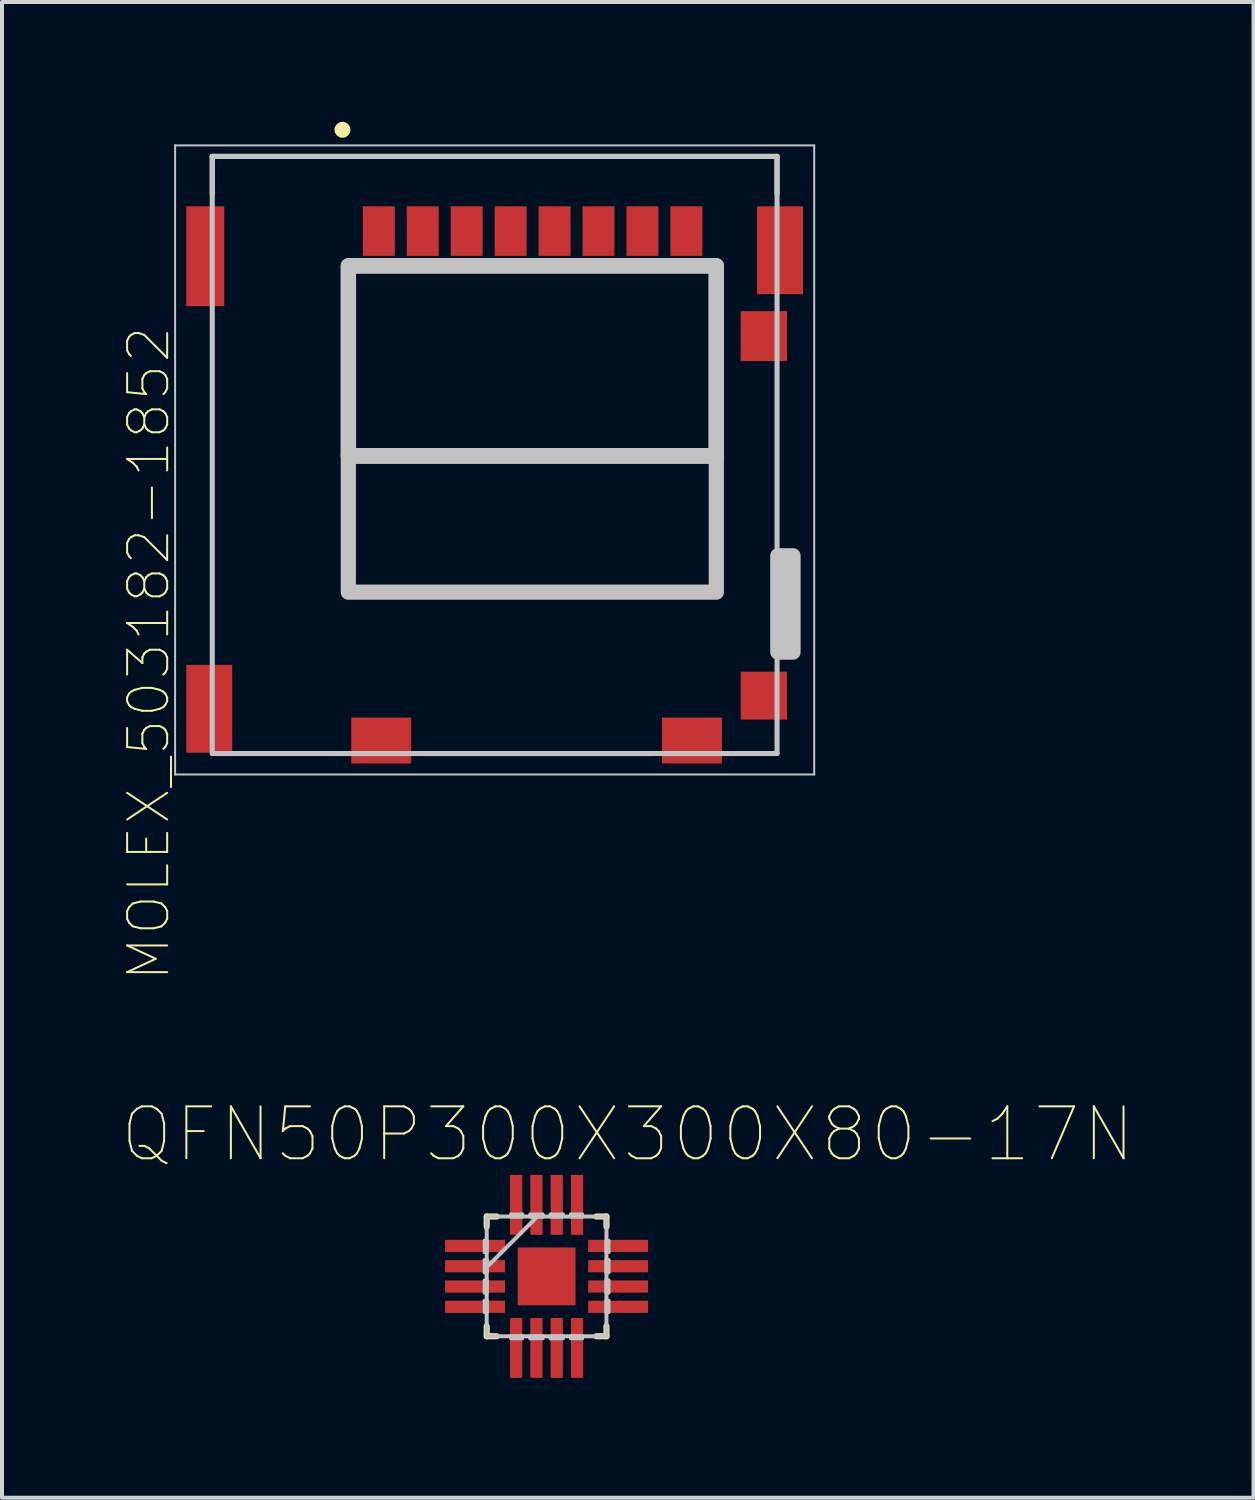
<source format=kicad_pcb>
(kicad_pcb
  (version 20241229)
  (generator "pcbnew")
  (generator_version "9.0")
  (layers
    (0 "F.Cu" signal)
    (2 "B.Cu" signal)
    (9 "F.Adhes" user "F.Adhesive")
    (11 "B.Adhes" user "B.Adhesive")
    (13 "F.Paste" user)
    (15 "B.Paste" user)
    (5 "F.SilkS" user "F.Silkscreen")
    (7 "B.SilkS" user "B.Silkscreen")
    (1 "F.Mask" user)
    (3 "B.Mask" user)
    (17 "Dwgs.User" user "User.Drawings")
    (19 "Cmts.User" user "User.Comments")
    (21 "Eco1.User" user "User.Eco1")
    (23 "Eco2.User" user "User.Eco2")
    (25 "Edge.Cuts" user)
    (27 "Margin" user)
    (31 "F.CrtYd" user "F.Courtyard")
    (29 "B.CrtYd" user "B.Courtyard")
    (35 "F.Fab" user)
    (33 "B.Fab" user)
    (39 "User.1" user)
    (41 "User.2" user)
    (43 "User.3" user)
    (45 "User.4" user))
  (footprint "QFN50P300X300X80-17N"
    (layer "F.Cu")
    (at 10.634 28.905)
    (property "Reference" "QFN50P300X300X80-17N" (at 2.032 -3.556 0) (layer "F.SilkS") (effects (font (size 1.3 1.3) (thickness 0.05))))
    (attr smd)
    (fp_line (start -1.499 -1.499) (end -1.499 -1.245) (stroke (width 0.152) (type solid)) (layer "F.SilkS"))
    (fp_line (start -1.499 1.245) (end -1.499 1.499) (stroke (width 0.152) (type solid)) (layer "F.SilkS"))
    (fp_line (start -1.499 1.499) (end -1.245 1.499) (stroke (width 0.152) (type solid)) (layer "F.SilkS"))
    (fp_line (start -1.245 -1.499) (end -1.499 -1.499) (stroke (width 0.152) (type solid)) (layer "F.SilkS"))
    (fp_line (start 1.245 1.499) (end 1.499 1.499) (stroke (width 0.152) (type solid)) (layer "F.SilkS"))
    (fp_line (start 1.499 -1.499) (end 1.245 -1.499) (stroke (width 0.152) (type solid)) (layer "F.SilkS"))
    (fp_line (start 1.499 -1.245) (end 1.499 -1.499) (stroke (width 0.152) (type solid)) (layer "F.SilkS"))
    (fp_line (start 1.499 1.499) (end 1.499 1.245) (stroke (width 0.152) (type solid)) (layer "F.SilkS"))
    (fp_line (start -1.549 -0.889) (end -1.549 -0.61) (stroke (width 0.1) (type solid)) (layer "Dwgs.User"))
    (fp_line (start -1.549 -0.61) (end -1.499 -0.61) (stroke (width 0.1) (type solid)) (layer "Dwgs.User"))
    (fp_line (start -1.549 -0.406) (end -1.549 -0.102) (stroke (width 0.1) (type solid)) (layer "Dwgs.User"))
    (fp_line (start -1.549 -0.102) (end -1.499 -0.102) (stroke (width 0.1) (type solid)) (layer "Dwgs.User"))
    (fp_line (start -1.549 0.102) (end -1.549 0.406) (stroke (width 0.1) (type solid)) (layer "Dwgs.User"))
    (fp_line (start -1.549 0.406) (end -1.499 0.406) (stroke (width 0.1) (type solid)) (layer "Dwgs.User"))
    (fp_line (start -1.549 0.61) (end -1.549 0.889) (stroke (width 0.1) (type solid)) (layer "Dwgs.User"))
    (fp_line (start -1.549 0.889) (end -1.499 0.889) (stroke (width 0.1) (type solid)) (layer "Dwgs.User"))
    (fp_line (start -1.499 -1.499) (end -1.499 1.499) (stroke (width 0.1) (type solid)) (layer "Dwgs.User"))
    (fp_line (start -1.499 -0.889) (end -1.549 -0.889) (stroke (width 0.1) (type solid)) (layer "Dwgs.User"))
    (fp_line (start -1.499 -0.61) (end -1.499 -0.889) (stroke (width 0.1) (type solid)) (layer "Dwgs.User"))
    (fp_line (start -1.499 -0.406) (end -1.549 -0.406) (stroke (width 0.1) (type solid)) (layer "Dwgs.User"))
    (fp_line (start -1.499 -0.229) (end -0.229 -1.499) (stroke (width 0.1) (type solid)) (layer "Dwgs.User"))
    (fp_line (start -1.499 -0.102) (end -1.499 -0.406) (stroke (width 0.1) (type solid)) (layer "Dwgs.User"))
    (fp_line (start -1.499 0.102) (end -1.549 0.102) (stroke (width 0.1) (type solid)) (layer "Dwgs.User"))
    (fp_line (start -1.499 0.406) (end -1.499 0.102) (stroke (width 0.1) (type solid)) (layer "Dwgs.User"))
    (fp_line (start -1.499 0.61) (end -1.549 0.61) (stroke (width 0.1) (type solid)) (layer "Dwgs.User"))
    (fp_line (start -1.499 0.889) (end -1.499 0.61) (stroke (width 0.1) (type solid)) (layer "Dwgs.User"))
    (fp_line (start -1.499 1.499) (end 1.499 1.499) (stroke (width 0.1) (type solid)) (layer "Dwgs.User"))
    (fp_line (start -0.889 -1.549) (end -0.889 -1.499) (stroke (width 0.1) (type solid)) (layer "Dwgs.User"))
    (fp_line (start -0.889 -1.499) (end -0.61 -1.499) (stroke (width 0.1) (type solid)) (layer "Dwgs.User"))
    (fp_line (start -0.889 1.499) (end -0.889 1.549) (stroke (width 0.1) (type solid)) (layer "Dwgs.User"))
    (fp_line (start -0.889 1.549) (end -0.61 1.549) (stroke (width 0.1) (type solid)) (layer "Dwgs.User"))
    (fp_line (start -0.61 -1.549) (end -0.889 -1.549) (stroke (width 0.1) (type solid)) (layer "Dwgs.User"))
    (fp_line (start -0.61 -1.499) (end -0.61 -1.549) (stroke (width 0.1) (type solid)) (layer "Dwgs.User"))
    (fp_line (start -0.61 1.499) (end -0.889 1.499) (stroke (width 0.1) (type solid)) (layer "Dwgs.User"))
    (fp_line (start -0.61 1.549) (end -0.61 1.499) (stroke (width 0.1) (type solid)) (layer "Dwgs.User"))
    (fp_line (start -0.406 -1.549) (end -0.406 -1.499) (stroke (width 0.1) (type solid)) (layer "Dwgs.User"))
    (fp_line (start -0.406 -1.499) (end -0.102 -1.499) (stroke (width 0.1) (type solid)) (layer "Dwgs.User"))
    (fp_line (start -0.406 1.499) (end -0.406 1.549) (stroke (width 0.1) (type solid)) (layer "Dwgs.User"))
    (fp_line (start -0.406 1.549) (end -0.102 1.549) (stroke (width 0.1) (type solid)) (layer "Dwgs.User"))
    (fp_line (start -0.102 -1.549) (end -0.406 -1.549) (stroke (width 0.1) (type solid)) (layer "Dwgs.User"))
    (fp_line (start -0.102 -1.499) (end -0.102 -1.549) (stroke (width 0.1) (type solid)) (layer "Dwgs.User"))
    (fp_line (start -0.102 1.499) (end -0.406 1.499) (stroke (width 0.1) (type solid)) (layer "Dwgs.User"))
    (fp_line (start -0.102 1.549) (end -0.102 1.499) (stroke (width 0.1) (type solid)) (layer "Dwgs.User"))
    (fp_line (start 0.102 -1.549) (end 0.102 -1.499) (stroke (width 0.1) (type solid)) (layer "Dwgs.User"))
    (fp_line (start 0.102 -1.499) (end 0.406 -1.499) (stroke (width 0.1) (type solid)) (layer "Dwgs.User"))
    (fp_line (start 0.102 1.499) (end 0.102 1.549) (stroke (width 0.1) (type solid)) (layer "Dwgs.User"))
    (fp_line (start 0.102 1.549) (end 0.406 1.549) (stroke (width 0.1) (type solid)) (layer "Dwgs.User"))
    (fp_line (start 0.406 -1.549) (end 0.102 -1.549) (stroke (width 0.1) (type solid)) (layer "Dwgs.User"))
    (fp_line (start 0.406 -1.499) (end 0.406 -1.549) (stroke (width 0.1) (type solid)) (layer "Dwgs.User"))
    (fp_line (start 0.406 1.499) (end 0.102 1.499) (stroke (width 0.1) (type solid)) (layer "Dwgs.User"))
    (fp_line (start 0.406 1.549) (end 0.406 1.499) (stroke (width 0.1) (type solid)) (layer "Dwgs.User"))
    (fp_line (start 0.61 -1.549) (end 0.61 -1.499) (stroke (width 0.1) (type solid)) (layer "Dwgs.User"))
    (fp_line (start 0.61 -1.499) (end 0.889 -1.499) (stroke (width 0.1) (type solid)) (layer "Dwgs.User"))
    (fp_line (start 0.61 1.499) (end 0.61 1.549) (stroke (width 0.1) (type solid)) (layer "Dwgs.User"))
    (fp_line (start 0.61 1.549) (end 0.889 1.549) (stroke (width 0.1) (type solid)) (layer "Dwgs.User"))
    (fp_line (start 0.889 -1.549) (end 0.61 -1.549) (stroke (width 0.1) (type solid)) (layer "Dwgs.User"))
    (fp_line (start 0.889 -1.499) (end 0.889 -1.549) (stroke (width 0.1) (type solid)) (layer "Dwgs.User"))
    (fp_line (start 0.889 1.499) (end 0.61 1.499) (stroke (width 0.1) (type solid)) (layer "Dwgs.User"))
    (fp_line (start 0.889 1.549) (end 0.889 1.499) (stroke (width 0.1) (type solid)) (layer "Dwgs.User"))
    (fp_line (start 1.499 -1.499) (end -1.499 -1.499) (stroke (width 0.1) (type solid)) (layer "Dwgs.User"))
    (fp_line (start 1.499 -0.889) (end 1.499 -0.61) (stroke (width 0.1) (type solid)) (layer "Dwgs.User"))
    (fp_line (start 1.499 -0.61) (end 1.549 -0.61) (stroke (width 0.1) (type solid)) (layer "Dwgs.User"))
    (fp_line (start 1.499 -0.406) (end 1.499 -0.102) (stroke (width 0.1) (type solid)) (layer "Dwgs.User"))
    (fp_line (start 1.499 -0.102) (end 1.549 -0.102) (stroke (width 0.1) (type solid)) (layer "Dwgs.User"))
    (fp_line (start 1.499 0.102) (end 1.499 0.406) (stroke (width 0.1) (type solid)) (layer "Dwgs.User"))
    (fp_line (start 1.499 0.406) (end 1.549 0.406) (stroke (width 0.1) (type solid)) (layer "Dwgs.User"))
    (fp_line (start 1.499 0.61) (end 1.499 0.889) (stroke (width 0.1) (type solid)) (layer "Dwgs.User"))
    (fp_line (start 1.499 0.889) (end 1.549 0.889) (stroke (width 0.1) (type solid)) (layer "Dwgs.User"))
    (fp_line (start 1.499 1.499) (end 1.499 -1.499) (stroke (width 0.1) (type solid)) (layer "Dwgs.User"))
    (fp_line (start 1.549 -0.889) (end 1.499 -0.889) (stroke (width 0.1) (type solid)) (layer "Dwgs.User"))
    (fp_line (start 1.549 -0.61) (end 1.549 -0.889) (stroke (width 0.1) (type solid)) (layer "Dwgs.User"))
    (fp_line (start 1.549 -0.406) (end 1.499 -0.406) (stroke (width 0.1) (type solid)) (layer "Dwgs.User"))
    (fp_line (start 1.549 -0.102) (end 1.549 -0.406) (stroke (width 0.1) (type solid)) (layer "Dwgs.User"))
    (fp_line (start 1.549 0.102) (end 1.499 0.102) (stroke (width 0.1) (type solid)) (layer "Dwgs.User"))
    (fp_line (start 1.549 0.406) (end 1.549 0.102) (stroke (width 0.1) (type solid)) (layer "Dwgs.User"))
    (fp_line (start 1.549 0.61) (end 1.499 0.61) (stroke (width 0.1) (type solid)) (layer "Dwgs.User"))
    (fp_line (start 1.549 0.889) (end 1.549 0.61) (stroke (width 0.1) (type solid)) (layer "Dwgs.User"))
    (pad "1" smd rect (at -1.791 -0.762 270) (size 0.305 1.5) (layers "F.Cu" "F.Mask" "F.Paste"))
    (pad "2" smd rect (at -1.791 -0.254 270) (size 0.305 1.5) (layers "F.Cu" "F.Mask" "F.Paste"))
    (pad "3" smd rect (at -1.791 0.254 270) (size 0.305 1.5) (layers "F.Cu" "F.Mask" "F.Paste"))
    (pad "4" smd rect (at -1.791 0.762 270) (size 0.305 1.5) (layers "F.Cu" "F.Mask" "F.Paste"))
    (pad "5" smd rect (at -0.762 1.791 180) (size 0.305 1.5) (layers "F.Cu" "F.Mask" "F.Paste"))
    (pad "6" smd rect (at -0.254 1.791 180) (size 0.305 1.5) (layers "F.Cu" "F.Mask" "F.Paste"))
    (pad "7" smd rect (at 0.254 1.791 180) (size 0.305 1.5) (layers "F.Cu" "F.Mask" "F.Paste"))
    (pad "8" smd rect (at 0.762 1.791 180) (size 0.305 1.5) (layers "F.Cu" "F.Mask" "F.Paste"))
    (pad "9" smd rect (at 1.791 0.762 270) (size 0.305 1.5) (layers "F.Cu" "F.Mask" "F.Paste"))
    (pad "10" smd rect (at 1.791 0.254 270) (size 0.305 1.5) (layers "F.Cu" "F.Mask" "F.Paste"))
    (pad "11" smd rect (at 1.791 -0.254 270) (size 0.305 1.5) (layers "F.Cu" "F.Mask" "F.Paste"))
    (pad "12" smd rect (at 1.791 -0.762 270) (size 0.305 1.5) (layers "F.Cu" "F.Mask" "F.Paste"))
    (pad "13" smd rect (at 0.762 -1.791 180) (size 0.305 1.5) (layers "F.Cu" "F.Mask" "F.Paste"))
    (pad "14" smd rect (at 0.254 -1.791 180) (size 0.305 1.5) (layers "F.Cu" "F.Mask" "F.Paste"))
    (pad "15" smd rect (at -0.254 -1.791 180) (size 0.305 1.5) (layers "F.Cu" "F.Mask" "F.Paste"))
    (pad "16" smd rect (at -0.762 -1.791 180) (size 0.305 1.5) (layers "F.Cu" "F.Mask" "F.Paste"))
    (pad "17" smd rect (at 0 0) (size 1.448 1.448) (layers "F.Cu" "F.Mask" "F.Paste")))
  (footprint "MOLEX_503182-1852"
    (layer "F.Cu")
    (at 9.334 9.09)
    (property "Reference" "MOLEX_503182-1852" (at -8.66 4.222 90) (layer "F.SilkS") (effects (font (size 1.003 1.003) (thickness 0.05))))
    (attr smd)
    (fp_line (start -7.07 -8.225) (end 7.07 -8.225) (stroke (width 0.127) (type solid)) (layer "F.SilkS"))
    (fp_line (start -7.07 -7.28) (end -7.07 -8.225) (stroke (width 0.127) (type solid)) (layer "F.SilkS"))
    (fp_line (start -1.8 6.725) (end 3.9 6.725) (stroke (width 0.127) (type solid)) (layer "F.SilkS"))
    (fp_line (start 7.07 -8.225) (end 7.07 -7.28) (stroke (width 0.127) (type solid)) (layer "F.SilkS"))
    (fp_circle (center -3.81 -8.89) (end -3.71 -8.89) (stroke (width 0.2) (type solid)) (fill no) (layer "F.SilkS"))
    (fp_line (start -8 -8.5) (end -8 7.25) (stroke (width 0.05) (type solid)) (layer "Dwgs.User"))
    (fp_line (start -8 7.25) (end 8 7.25) (stroke (width 0.05) (type solid)) (layer "Dwgs.User"))
    (fp_line (start -7.07 -8.225) (end 7.07 -8.225) (stroke (width 0.127) (type solid)) (layer "Dwgs.User"))
    (fp_line (start -7.07 6.725) (end -7.07 -8.225) (stroke (width 0.127) (type solid)) (layer "Dwgs.User"))
    (fp_line (start 7.07 -8.225) (end 7.07 6.725) (stroke (width 0.127) (type solid)) (layer "Dwgs.User"))
    (fp_line (start 7.07 6.725) (end -7.07 6.725) (stroke (width 0.127) (type solid)) (layer "Dwgs.User"))
    (fp_line (start 8 -8.5) (end -8 -8.5) (stroke (width 0.05) (type solid)) (layer "Dwgs.User"))
    (fp_line (start 8 7.25) (end 8 -8.5) (stroke (width 0.05) (type solid)) (layer "Dwgs.User"))
    (fp_poly (pts (xy -3.664 -0.725) (xy 5.55 -0.725) (xy 5.55 2.685) (xy -3.664 2.685)) (stroke (width 0.381) (type solid)) (fill no) (layer "Dwgs.User"))
    (fp_poly (pts (xy -3.661 -5.485) (xy 5.55 -5.485) (xy 5.55 -0.727) (xy -3.661 -0.727)) (stroke (width 0.381) (type solid)) (fill no) (layer "Dwgs.User"))
    (fp_poly (pts (xy -3.661 -5.485) (xy 5.55 -5.485) (xy 5.55 -0.727) (xy -3.661 -0.727)) (stroke (width 0.381) (type solid)) (fill no) (layer "Dwgs.User"))
    (fp_poly (pts (xy -3.661 -5.485) (xy 5.55 -5.485) (xy 5.55 -0.727) (xy -3.661 -0.727)) (stroke (width 0.381) (type solid)) (fill no) (layer "Dwgs.User"))
    (fp_poly (pts (xy 7.089 1.775) (xy 7.47 1.775) (xy 7.47 4.186) (xy 7.089 4.186)) (stroke (width 0.381) (type solid)) (fill no) (layer "Dwgs.User"))
    (pad "1" smd rect (at -2.9 -6.355) (size 0.8 1.24) (layers "F.Cu" "F.Mask" "F.Paste"))
    (pad "2" smd rect (at -1.8 -6.355) (size 0.8 1.24) (layers "F.Cu" "F.Mask" "F.Paste"))
    (pad "3" smd rect (at -0.7 -6.355) (size 0.8 1.24) (layers "F.Cu" "F.Mask" "F.Paste"))
    (pad "4" smd rect (at 0.4 -6.355) (size 0.8 1.24) (layers "F.Cu" "F.Mask" "F.Paste"))
    (pad "5" smd rect (at 1.5 -6.355) (size 0.8 1.24) (layers "F.Cu" "F.Mask" "F.Paste"))
    (pad "6" smd rect (at 2.6 -6.355) (size 0.8 1.24) (layers "F.Cu" "F.Mask" "F.Paste"))
    (pad "7" smd rect (at 3.7 -6.355) (size 0.8 1.24) (layers "F.Cu" "F.Mask" "F.Paste"))
    (pad "8" smd rect (at 4.8 -6.355) (size 0.8 1.24) (layers "F.Cu" "F.Mask" "F.Paste"))
    (pad "DT" smd rect (at 6.74 5.275) (size 1.16 1.2) (layers "F.Cu" "F.Mask" "F.Paste"))
    (pad "P1" smd rect (at -7.245 -5.725) (size 0.95 2.5) (layers "F.Cu" "F.Mask" "F.Paste"))
    (pad "P2" smd rect (at 7.145 -5.875) (size 1.15 2.2) (layers "F.Cu" "F.Mask" "F.Paste"))
    (pad "P3" smd rect (at -7.145 5.605) (size 1.15 2.2) (layers "F.Cu" "F.Mask" "F.Paste"))
    (pad "P4" smd rect (at -2.84 6.4) (size 1.5 1.15) (layers "F.Cu" "F.Mask" "F.Paste"))
    (pad "P5" smd rect (at 4.94 6.4) (size 1.5 1.15) (layers "F.Cu" "F.Mask" "F.Paste"))
    (pad "SW" smd rect (at 6.74 -3.725) (size 1.16 1.25) (layers "F.Cu" "F.Mask" "F.Paste")))
  (gr_rect
    (start -3 -3)
    (end 28.333 34.447)
    (stroke (width 0.1) (type default))
    (fill no)
    (layer "Edge.Cuts")))
</source>
